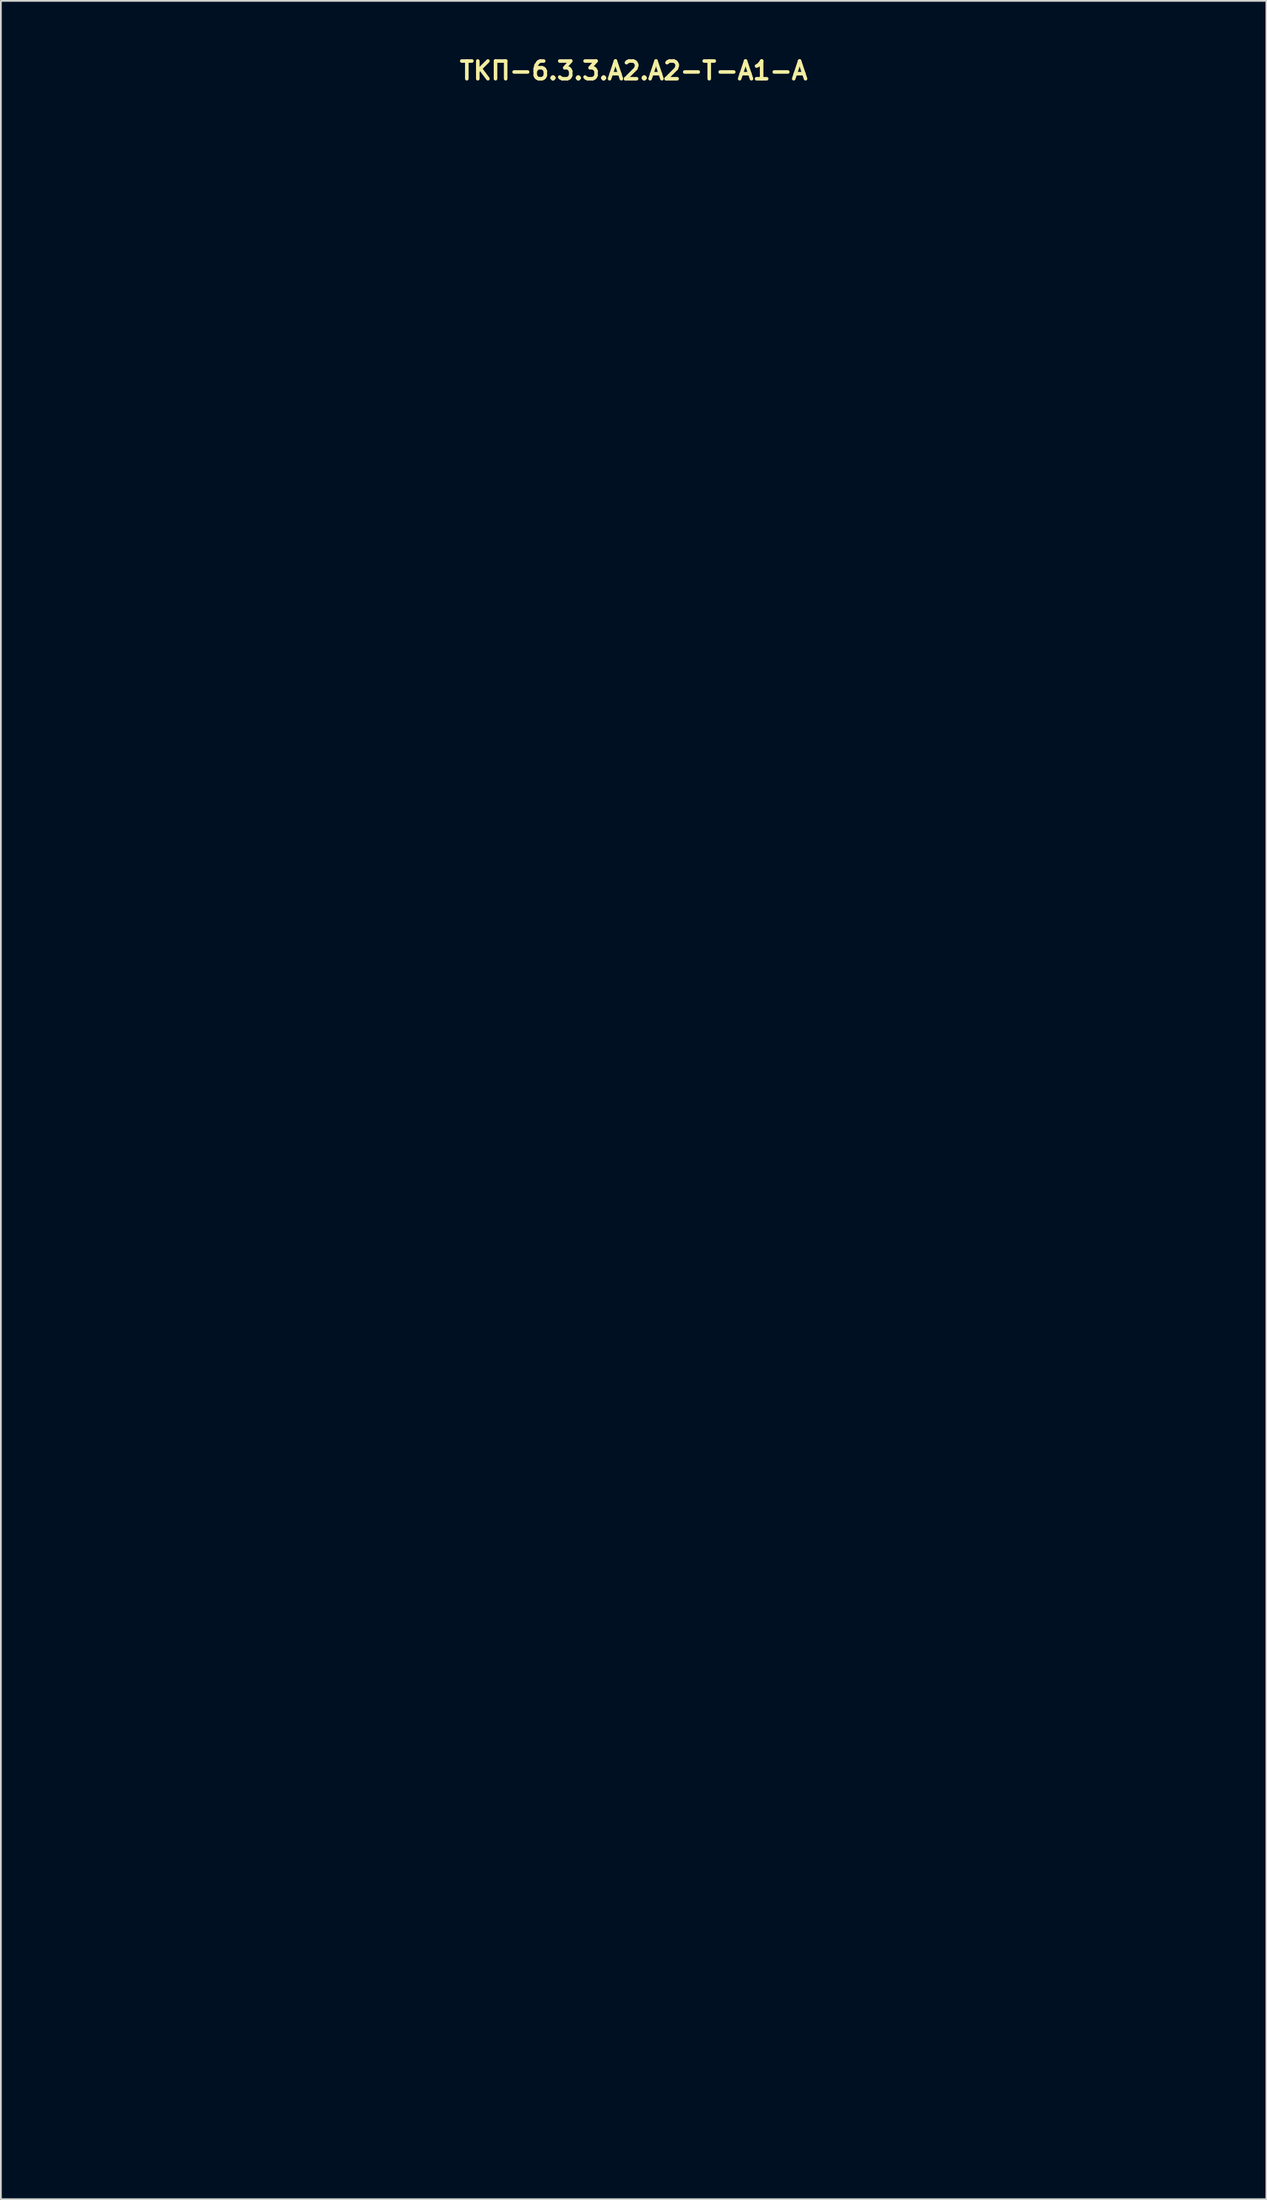
<source format=kicad_pcb>
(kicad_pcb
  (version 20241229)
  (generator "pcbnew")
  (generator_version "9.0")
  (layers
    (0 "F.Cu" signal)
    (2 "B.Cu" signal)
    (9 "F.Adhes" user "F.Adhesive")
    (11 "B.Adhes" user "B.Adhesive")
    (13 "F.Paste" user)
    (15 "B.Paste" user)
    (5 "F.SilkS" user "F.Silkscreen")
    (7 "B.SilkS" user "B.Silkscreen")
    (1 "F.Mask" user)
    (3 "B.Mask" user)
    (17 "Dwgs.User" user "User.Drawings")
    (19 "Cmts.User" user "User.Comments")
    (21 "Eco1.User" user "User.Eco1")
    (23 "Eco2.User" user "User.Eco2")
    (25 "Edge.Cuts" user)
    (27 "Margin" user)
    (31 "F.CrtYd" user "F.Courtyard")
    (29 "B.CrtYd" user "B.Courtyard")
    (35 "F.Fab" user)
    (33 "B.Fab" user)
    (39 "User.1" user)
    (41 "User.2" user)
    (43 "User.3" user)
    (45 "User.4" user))
  (footprint "ТКП-6.3.3.A2.A2-T-A1-A"
    (layer "F.Cu")
    (at 32.67 59.737)
    (property "Reference" "ТКП-6.3.3.A2.A2-T-A1-A" (at 0 -58.801 0) (layer "F.SilkS") (effects (font (size 1 1) (thickness 0.2))))
    (attr through_hole)
    (fp_line (start -32.47 -57.98) (end -32.47 57.98) (stroke (width 0.4) (type solid)) (layer "Eco1.User"))
    (fp_line (start -32.47 -57.98) (end 32.47 -57.98) (stroke (width 0.4) (type solid)) (layer "Eco1.User"))
    (fp_line (start -32.47 -55.98) (end 32.47 -55.98) (stroke (width 0.2) (type solid)) (layer "Eco1.User"))
    (fp_line (start -32.47 55.98) (end 32.47 55.98) (stroke (width 0.2) (type solid)) (layer "Eco1.User"))
    (fp_line (start -32.47 57.98) (end 32.47 57.98) (stroke (width 0.4) (type solid)) (layer "Eco1.User"))
    (fp_line (start 32.47 -57.98) (end 32.47 57.98) (stroke (width 0.4) (type solid)) (layer "Eco1.User"))
    (fp_circle (center -19.05 -40.44) (end -15.45 -40.44) (stroke (width 0.4) (type solid)) (fill no) (layer "Eco1.User"))
    (fp_circle (center -19.05 -40.44) (end -9.55 -40.44) (stroke (width 0.4) (type solid)) (fill no) (layer "Eco1.User"))
    (fp_circle (center -8.89 -50.8) (end -7.39 -50.8) (stroke (width 0.4) (type solid)) (fill no) (layer "Eco1.User"))
    (fp_circle (center -8.89 -50.8) (end -6.04 -50.8) (stroke (width 0.4) (type solid)) (fill no) (layer "Eco1.User"))
    (fp_circle (center 0 -26.47) (end 3.6 -26.47) (stroke (width 0.4) (type solid)) (fill no) (layer "Eco1.User"))
    (fp_circle (center 0 -26.47) (end 9.5 -26.47) (stroke (width 0.4) (type solid)) (fill no) (layer "Eco1.User"))
    (fp_circle (center 0 -7.62) (end 2.8 -7.62) (stroke (width 0.4) (type solid)) (fill no) (layer "Eco1.User"))
    (fp_circle (center 0 19.05) (end 6 19.05) (stroke (width 0.4) (type solid)) (fill no) (layer "Eco1.User"))
    (fp_circle (center 0 19.05) (end 10 19.05) (stroke (width 0.4) (type solid)) (fill no) (layer "Eco1.User"))
    (fp_circle (center 8.89 -50.8) (end 10.39 -50.8) (stroke (width 0.4) (type solid)) (fill no) (layer "Eco1.User"))
    (fp_circle (center 8.89 -50.8) (end 11.74 -50.8) (stroke (width 0.4) (type solid)) (fill no) (layer "Eco1.User"))
    (fp_circle (center 19.05 -40.44) (end 22.65 -40.44) (stroke (width 0.4) (type solid)) (fill no) (layer "Eco1.User"))
    (fp_circle (center 19.05 -40.44) (end 28.55 -40.44) (stroke (width 0.4) (type solid)) (fill no) (layer "Eco1.User"))
    (fp_line (start -32.47 -57.98) (end -32.47 57.98) (stroke (width 0.4) (type solid)) (layer "Eco2.User"))
    (fp_line (start -32.47 -57.98) (end 32.47 -57.98) (stroke (width 0.4) (type solid)) (layer "Eco2.User"))
    (fp_line (start -32.47 57.98) (end 32.47 57.98) (stroke (width 0.4) (type solid)) (layer "Eco2.User"))
    (fp_line (start -29.21 -54.928) (end -29.21 -49.847) (stroke (width 0.5) (type solid)) (layer "Eco2.User"))
    (fp_line (start -29.21 -54.928) (end -22.225 -54.928) (stroke (width 0.5) (type solid)) (layer "Eco2.User"))
    (fp_line (start -29.21 -49.847) (end -26.035 -46.672) (stroke (width 0.5) (type solid)) (layer "Eco2.User"))
    (fp_line (start -29.21 -44.767) (end -29.21 -39.688) (stroke (width 0.5) (type solid)) (layer "Eco2.User"))
    (fp_line (start -29.21 -44.767) (end -22.225 -44.767) (stroke (width 0.5) (type solid)) (layer "Eco2.User"))
    (fp_line (start -29.21 -39.688) (end -26.035 -36.513) (stroke (width 0.5) (type solid)) (layer "Eco2.User"))
    (fp_line (start -29.21 -34.608) (end -29.21 -29.527) (stroke (width 0.5) (type solid)) (layer "Eco2.User"))
    (fp_line (start -29.21 -34.608) (end -22.225 -34.608) (stroke (width 0.5) (type solid)) (layer "Eco2.User"))
    (fp_line (start -29.21 -29.527) (end -28.575 -28.892) (stroke (width 0.5) (type solid)) (layer "Eco2.User"))
    (fp_line (start -29.21 -24.448) (end -29.21 -19.367) (stroke (width 0.5) (type solid)) (layer "Eco2.User"))
    (fp_line (start -29.21 -24.448) (end -22.225 -24.448) (stroke (width 0.5) (type solid)) (layer "Eco2.User"))
    (fp_line (start -29.21 -19.367) (end -26.035 -16.192) (stroke (width 0.5) (type solid)) (layer "Eco2.User"))
    (fp_line (start -29.21 -14.287) (end -29.21 -9.207) (stroke (width 0.5) (type solid)) (layer "Eco2.User"))
    (fp_line (start -29.21 -14.287) (end -22.225 -14.287) (stroke (width 0.5) (type solid)) (layer "Eco2.User"))
    (fp_line (start -29.21 -9.207) (end -26.035 -6.032) (stroke (width 0.5) (type solid)) (layer "Eco2.User"))
    (fp_line (start -29.21 -4.128) (end -29.21 0.953) (stroke (width 0.5) (type solid)) (layer "Eco2.User"))
    (fp_line (start -29.21 -4.128) (end -22.225 -4.128) (stroke (width 0.5) (type solid)) (layer "Eco2.User"))
    (fp_line (start -29.21 0.953) (end -26.035 4.128) (stroke (width 0.5) (type solid)) (layer "Eco2.User"))
    (fp_line (start -29.21 6.032) (end -29.21 11.113) (stroke (width 0.5) (type solid)) (layer "Eco2.User"))
    (fp_line (start -29.21 6.032) (end -22.225 6.032) (stroke (width 0.5) (type solid)) (layer "Eco2.User"))
    (fp_line (start -29.21 11.113) (end -26.035 14.287) (stroke (width 0.5) (type solid)) (layer "Eco2.User"))
    (fp_line (start -29.21 16.192) (end -29.21 21.273) (stroke (width 0.5) (type solid)) (layer "Eco2.User"))
    (fp_line (start -29.21 16.192) (end -22.225 16.192) (stroke (width 0.5) (type solid)) (layer "Eco2.User"))
    (fp_line (start -29.21 21.273) (end -26.035 24.448) (stroke (width 0.5) (type solid)) (layer "Eco2.User"))
    (fp_line (start -29.21 26.352) (end -29.21 31.433) (stroke (width 0.5) (type solid)) (layer "Eco2.User"))
    (fp_line (start -29.21 26.352) (end -22.225 26.352) (stroke (width 0.5) (type solid)) (layer "Eco2.User"))
    (fp_line (start -29.21 31.433) (end -26.035 34.608) (stroke (width 0.5) (type solid)) (layer "Eco2.User"))
    (fp_line (start -29.21 36.513) (end -29.21 41.593) (stroke (width 0.5) (type solid)) (layer "Eco2.User"))
    (fp_line (start -29.21 36.513) (end -22.225 36.513) (stroke (width 0.5) (type solid)) (layer "Eco2.User"))
    (fp_line (start -29.21 41.593) (end -26.035 44.767) (stroke (width 0.5) (type solid)) (layer "Eco2.User"))
    (fp_line (start -29.21 46.672) (end -29.21 51.752) (stroke (width 0.5) (type solid)) (layer "Eco2.User"))
    (fp_line (start -29.21 46.672) (end 1.905 46.672) (stroke (width 0.5) (type solid)) (layer "Eco2.User"))
    (fp_line (start -29.21 51.752) (end -26.035 54.928) (stroke (width 0.5) (type solid)) (layer "Eco2.User"))
    (fp_line (start -26.035 -46.672) (end -19.05 -46.672) (stroke (width 0.5) (type solid)) (layer "Eco2.User"))
    (fp_line (start -26.035 -36.513) (end -19.05 -36.513) (stroke (width 0.5) (type solid)) (layer "Eco2.User"))
    (fp_line (start -26.035 -16.192) (end -19.05 -16.192) (stroke (width 0.5) (type solid)) (layer "Eco2.User"))
    (fp_line (start -26.035 -6.032) (end -19.05 -6.032) (stroke (width 0.5) (type solid)) (layer "Eco2.User"))
    (fp_line (start -26.035 4.128) (end -19.05 4.128) (stroke (width 0.5) (type solid)) (layer "Eco2.User"))
    (fp_line (start -26.035 14.287) (end -19.05 14.287) (stroke (width 0.5) (type solid)) (layer "Eco2.User"))
    (fp_line (start -26.035 24.448) (end -19.05 24.448) (stroke (width 0.5) (type solid)) (layer "Eco2.User"))
    (fp_line (start -26.035 34.608) (end -19.05 34.608) (stroke (width 0.5) (type solid)) (layer "Eco2.User"))
    (fp_line (start -26.035 44.767) (end -19.05 44.767) (stroke (width 0.5) (type solid)) (layer "Eco2.User"))
    (fp_line (start -26.035 54.928) (end 5.08 54.928) (stroke (width 0.5) (type solid)) (layer "Eco2.User"))
    (fp_line (start -22.225 -54.928) (end -19.05 -51.752) (stroke (width 0.5) (type solid)) (layer "Eco2.User"))
    (fp_line (start -22.225 -44.767) (end -19.05 -41.593) (stroke (width 0.5) (type solid)) (layer "Eco2.User"))
    (fp_line (start -22.225 -34.608) (end -19.05 -31.433) (stroke (width 0.5) (type solid)) (layer "Eco2.User"))
    (fp_line (start -22.225 -24.448) (end -19.05 -21.273) (stroke (width 0.5) (type solid)) (layer "Eco2.User"))
    (fp_line (start -22.225 -14.287) (end -19.05 -11.113) (stroke (width 0.5) (type solid)) (layer "Eco2.User"))
    (fp_line (start -22.225 -4.128) (end -19.05 -0.953) (stroke (width 0.5) (type solid)) (layer "Eco2.User"))
    (fp_line (start -22.225 6.032) (end -19.05 9.207) (stroke (width 0.5) (type solid)) (layer "Eco2.User"))
    (fp_line (start -22.225 16.192) (end -19.05 19.367) (stroke (width 0.5) (type solid)) (layer "Eco2.User"))
    (fp_line (start -22.225 26.352) (end -19.05 29.527) (stroke (width 0.5) (type solid)) (layer "Eco2.User"))
    (fp_line (start -22.225 36.513) (end -19.05 39.688) (stroke (width 0.5) (type solid)) (layer "Eco2.User"))
    (fp_line (start -19.05 -51.752) (end -19.05 -46.672) (stroke (width 0.5) (type solid)) (layer "Eco2.User"))
    (fp_line (start -19.05 -41.593) (end -19.05 -36.513) (stroke (width 0.5) (type solid)) (layer "Eco2.User"))
    (fp_line (start -19.05 -31.433) (end -19.05 -29.845) (stroke (width 0.5) (type solid)) (layer "Eco2.User"))
    (fp_line (start -19.05 -21.273) (end -19.05 -16.192) (stroke (width 0.5) (type solid)) (layer "Eco2.User"))
    (fp_line (start -19.05 -11.113) (end -19.05 -6.032) (stroke (width 0.5) (type solid)) (layer "Eco2.User"))
    (fp_line (start -19.05 -0.953) (end -19.05 4.128) (stroke (width 0.5) (type solid)) (layer "Eco2.User"))
    (fp_line (start -19.05 9.207) (end -19.05 14.287) (stroke (width 0.5) (type solid)) (layer "Eco2.User"))
    (fp_line (start -19.05 19.367) (end -19.05 24.448) (stroke (width 0.5) (type solid)) (layer "Eco2.User"))
    (fp_line (start -19.05 29.527) (end -19.05 34.608) (stroke (width 0.5) (type solid)) (layer "Eco2.User"))
    (fp_line (start -19.05 39.688) (end -19.05 44.767) (stroke (width 0.5) (type solid)) (layer "Eco2.User"))
    (fp_line (start -17.145 -54.928) (end -17.145 -49.847) (stroke (width 0.5) (type solid)) (layer "Eco2.User"))
    (fp_line (start -17.145 -54.928) (end -10.16 -54.928) (stroke (width 0.5) (type solid)) (layer "Eco2.User"))
    (fp_line (start -17.145 -49.847) (end -13.97 -46.672) (stroke (width 0.5) (type solid)) (layer "Eco2.User"))
    (fp_line (start -17.145 -44.767) (end -17.145 -39.688) (stroke (width 0.5) (type solid)) (layer "Eco2.User"))
    (fp_line (start -17.145 -44.767) (end 13.97 -44.767) (stroke (width 0.5) (type solid)) (layer "Eco2.User"))
    (fp_line (start -17.145 -39.688) (end -13.97 -36.513) (stroke (width 0.5) (type solid)) (layer "Eco2.User"))
    (fp_line (start -17.145 -34.608) (end -17.145 -29.845) (stroke (width 0.5) (type solid)) (layer "Eco2.User"))
    (fp_line (start -17.145 -34.608) (end -10.16 -34.608) (stroke (width 0.5) (type solid)) (layer "Eco2.User"))
    (fp_line (start -17.145 -24.448) (end -17.145 -19.367) (stroke (width 0.5) (type solid)) (layer "Eco2.User"))
    (fp_line (start -17.145 -24.448) (end -10.16 -24.448) (stroke (width 0.5) (type solid)) (layer "Eco2.User"))
    (fp_line (start -17.145 -19.367) (end -13.97 -16.192) (stroke (width 0.5) (type solid)) (layer "Eco2.User"))
    (fp_line (start -17.145 -14.287) (end -17.145 -9.207) (stroke (width 0.5) (type solid)) (layer "Eco2.User"))
    (fp_line (start -17.145 -14.287) (end -10.16 -14.287) (stroke (width 0.5) (type solid)) (layer "Eco2.User"))
    (fp_line (start -17.145 -9.207) (end -13.97 -6.032) (stroke (width 0.5) (type solid)) (layer "Eco2.User"))
    (fp_line (start -17.145 -4.128) (end -17.145 0.953) (stroke (width 0.5) (type solid)) (layer "Eco2.User"))
    (fp_line (start -17.145 -4.128) (end -10.16 -4.128) (stroke (width 0.5) (type solid)) (layer "Eco2.User"))
    (fp_line (start -17.145 0.953) (end -13.97 4.128) (stroke (width 0.5) (type solid)) (layer "Eco2.User"))
    (fp_line (start -17.145 6.032) (end -17.145 11.113) (stroke (width 0.5) (type solid)) (layer "Eco2.User"))
    (fp_line (start -17.145 6.032) (end -10.16 6.032) (stroke (width 0.5) (type solid)) (layer "Eco2.User"))
    (fp_line (start -17.145 11.113) (end -13.97 14.287) (stroke (width 0.5) (type solid)) (layer "Eco2.User"))
    (fp_line (start -17.145 16.192) (end -17.145 21.273) (stroke (width 0.5) (type solid)) (layer "Eco2.User"))
    (fp_line (start -17.145 16.192) (end -10.16 16.192) (stroke (width 0.5) (type solid)) (layer "Eco2.User"))
    (fp_line (start -17.145 21.273) (end -13.97 24.448) (stroke (width 0.5) (type solid)) (layer "Eco2.User"))
    (fp_line (start -17.145 26.352) (end -17.145 31.433) (stroke (width 0.5) (type solid)) (layer "Eco2.User"))
    (fp_line (start -17.145 26.352) (end -10.16 26.352) (stroke (width 0.5) (type solid)) (layer "Eco2.User"))
    (fp_line (start -17.145 31.433) (end -13.97 34.608) (stroke (width 0.5) (type solid)) (layer "Eco2.User"))
    (fp_line (start -17.145 36.513) (end -17.145 41.593) (stroke (width 0.5) (type solid)) (layer "Eco2.User"))
    (fp_line (start -17.145 36.513) (end 13.97 36.513) (stroke (width 0.5) (type solid)) (layer "Eco2.User"))
    (fp_line (start -17.145 41.593) (end -13.97 44.767) (stroke (width 0.5) (type solid)) (layer "Eco2.User"))
    (fp_line (start -13.97 -46.672) (end -6.985 -46.672) (stroke (width 0.5) (type solid)) (layer "Eco2.User"))
    (fp_line (start -13.97 -36.513) (end 17.145 -36.513) (stroke (width 0.5) (type solid)) (layer "Eco2.User"))
    (fp_line (start -13.97 -16.192) (end -6.985 -16.192) (stroke (width 0.5) (type solid)) (layer "Eco2.User"))
    (fp_line (start -13.97 -6.032) (end -6.985 -6.032) (stroke (width 0.5) (type solid)) (layer "Eco2.User"))
    (fp_line (start -13.97 4.128) (end -6.985 4.128) (stroke (width 0.5) (type solid)) (layer "Eco2.User"))
    (fp_line (start -13.97 14.287) (end -6.985 14.287) (stroke (width 0.5) (type solid)) (layer "Eco2.User"))
    (fp_line (start -13.97 24.448) (end -6.985 24.448) (stroke (width 0.5) (type solid)) (layer "Eco2.User"))
    (fp_line (start -13.97 34.608) (end -6.985 34.608) (stroke (width 0.5) (type solid)) (layer "Eco2.User"))
    (fp_line (start -13.97 44.767) (end 17.145 44.767) (stroke (width 0.5) (type solid)) (layer "Eco2.User"))
    (fp_line (start -10.16 -54.928) (end -6.985 -51.752) (stroke (width 0.5) (type solid)) (layer "Eco2.User"))
    (fp_line (start -10.16 -34.608) (end -6.985 -31.433) (stroke (width 0.5) (type solid)) (layer "Eco2.User"))
    (fp_line (start -10.16 -24.448) (end -6.985 -21.273) (stroke (width 0.5) (type solid)) (layer "Eco2.User"))
    (fp_line (start -10.16 -14.287) (end -6.985 -11.113) (stroke (width 0.5) (type solid)) (layer "Eco2.User"))
    (fp_line (start -10.16 -4.128) (end -6.985 -0.953) (stroke (width 0.5) (type solid)) (layer "Eco2.User"))
    (fp_line (start -10.16 6.032) (end -6.985 9.207) (stroke (width 0.5) (type solid)) (layer "Eco2.User"))
    (fp_line (start -10.16 16.192) (end -6.985 19.367) (stroke (width 0.5) (type solid)) (layer "Eco2.User"))
    (fp_line (start -10.16 26.352) (end -6.985 29.527) (stroke (width 0.5) (type solid)) (layer "Eco2.User"))
    (fp_line (start -9.842 -26.352) (end -6.985 -26.352) (stroke (width 0.5) (type solid)) (layer "Eco2.User"))
    (fp_line (start -6.985 -51.752) (end -6.985 -46.672) (stroke (width 0.5) (type solid)) (layer "Eco2.User"))
    (fp_line (start -6.985 -31.433) (end -6.985 -26.352) (stroke (width 0.5) (type solid)) (layer "Eco2.User"))
    (fp_line (start -6.985 -21.273) (end -6.985 -16.192) (stroke (width 0.5) (type solid)) (layer "Eco2.User"))
    (fp_line (start -6.985 -11.113) (end -6.985 -6.032) (stroke (width 0.5) (type solid)) (layer "Eco2.User"))
    (fp_line (start -6.985 -0.953) (end -6.985 4.128) (stroke (width 0.5) (type solid)) (layer "Eco2.User"))
    (fp_line (start -6.985 9.207) (end -6.985 14.287) (stroke (width 0.5) (type solid)) (layer "Eco2.User"))
    (fp_line (start -6.985 19.367) (end -6.985 24.448) (stroke (width 0.5) (type solid)) (layer "Eco2.User"))
    (fp_line (start -6.985 29.527) (end -6.985 34.608) (stroke (width 0.5) (type solid)) (layer "Eco2.User"))
    (fp_line (start -5.715 -40.64) (end -4.445 -40.64) (stroke (width 0.25) (type solid)) (layer "Eco2.User"))
    (fp_line (start -5.08 -54.928) (end -5.08 -49.847) (stroke (width 0.5) (type solid)) (layer "Eco2.User"))
    (fp_line (start -5.08 -54.928) (end 1.905 -54.928) (stroke (width 0.5) (type solid)) (layer "Eco2.User"))
    (fp_line (start -5.08 -49.847) (end -1.905 -46.672) (stroke (width 0.5) (type solid)) (layer "Eco2.User"))
    (fp_line (start -5.08 -41.275) (end -5.08 -40.005) (stroke (width 0.25) (type solid)) (layer "Eco2.User"))
    (fp_line (start -5.08 -34.608) (end -5.08 -29.527) (stroke (width 0.5) (type solid)) (layer "Eco2.User"))
    (fp_line (start -5.08 -34.608) (end 1.905 -34.608) (stroke (width 0.5) (type solid)) (layer "Eco2.User"))
    (fp_line (start -5.08 -29.527) (end -1.905 -26.352) (stroke (width 0.5) (type solid)) (layer "Eco2.User"))
    (fp_line (start -5.08 -24.448) (end -5.08 -19.367) (stroke (width 0.5) (type solid)) (layer "Eco2.User"))
    (fp_line (start -5.08 -24.448) (end 1.905 -24.448) (stroke (width 0.5) (type solid)) (layer "Eco2.User"))
    (fp_line (start -5.08 -19.367) (end -1.905 -16.192) (stroke (width 0.5) (type solid)) (layer "Eco2.User"))
    (fp_line (start -5.08 -11.113) (end -5.08 -9.207) (stroke (width 0.5) (type solid)) (layer "Eco2.User"))
    (fp_line (start -5.08 -9.207) (end -1.905 -6.032) (stroke (width 0.5) (type solid)) (layer "Eco2.User"))
    (fp_line (start -5.08 -4.128) (end -5.08 0.953) (stroke (width 0.5) (type solid)) (layer "Eco2.User"))
    (fp_line (start -5.08 -4.128) (end 1.905 -4.128) (stroke (width 0.5) (type solid)) (layer "Eco2.User"))
    (fp_line (start -5.08 0.953) (end -1.905 4.128) (stroke (width 0.5) (type solid)) (layer "Eco2.User"))
    (fp_line (start -5.08 6.032) (end -5.08 11.113) (stroke (width 0.5) (type solid)) (layer "Eco2.User"))
    (fp_line (start -5.08 6.032) (end 1.905 6.032) (stroke (width 0.5) (type solid)) (layer "Eco2.User"))
    (fp_line (start -5.08 11.113) (end -1.905 14.287) (stroke (width 0.5) (type solid)) (layer "Eco2.User"))
    (fp_line (start -5.08 26.352) (end -5.08 31.433) (stroke (width 0.5) (type solid)) (layer "Eco2.User"))
    (fp_line (start -5.08 26.352) (end 1.905 26.352) (stroke (width 0.5) (type solid)) (layer "Eco2.User"))
    (fp_line (start -5.08 31.433) (end -1.905 34.608) (stroke (width 0.5) (type solid)) (layer "Eco2.User"))
    (fp_line (start -3.81 -40.64) (end -1.27 -40.64) (stroke (width 0.5) (type solid)) (layer "Eco2.User"))
    (fp_line (start -1.905 -46.672) (end 5.08 -46.672) (stroke (width 0.5) (type solid)) (layer "Eco2.User"))
    (fp_line (start -1.905 -26.352) (end 5.08 -26.352) (stroke (width 0.5) (type solid)) (layer "Eco2.User"))
    (fp_line (start -1.905 -16.192) (end 5.08 -16.192) (stroke (width 0.5) (type solid)) (layer "Eco2.User"))
    (fp_line (start -1.905 -6.032) (end 5.08 -6.032) (stroke (width 0.5) (type solid)) (layer "Eco2.User"))
    (fp_line (start -1.905 4.128) (end 5.08 4.128) (stroke (width 0.5) (type solid)) (layer "Eco2.User"))
    (fp_line (start -1.905 14.287) (end 5.08 14.287) (stroke (width 0.5) (type solid)) (layer "Eco2.User"))
    (fp_line (start -1.905 34.608) (end 5.08 34.608) (stroke (width 0.5) (type solid)) (layer "Eco2.User"))
    (fp_line (start 0 -40.64) (end 3.81 -40.64) (stroke (width 0.5) (type solid)) (layer "Eco2.User"))
    (fp_line (start 1.905 -54.928) (end 5.08 -51.752) (stroke (width 0.5) (type solid)) (layer "Eco2.User"))
    (fp_line (start 1.905 -34.608) (end 5.08 -31.433) (stroke (width 0.5) (type solid)) (layer "Eco2.User"))
    (fp_line (start 1.905 -24.448) (end 5.08 -21.273) (stroke (width 0.5) (type solid)) (layer "Eco2.User"))
    (fp_line (start 1.905 -4.128) (end 5.08 -0.953) (stroke (width 0.5) (type solid)) (layer "Eco2.User"))
    (fp_line (start 1.905 6.032) (end 5.08 9.207) (stroke (width 0.5) (type solid)) (layer "Eco2.User"))
    (fp_line (start 1.905 26.352) (end 5.08 29.527) (stroke (width 0.5) (type solid)) (layer "Eco2.User"))
    (fp_line (start 1.905 46.672) (end 5.08 49.847) (stroke (width 0.5) (type solid)) (layer "Eco2.User"))
    (fp_line (start 4.445 -40.64) (end 5.715 -40.64) (stroke (width 0.25) (type solid)) (layer "Eco2.User"))
    (fp_line (start 5.08 -51.752) (end 5.08 -46.672) (stroke (width 0.5) (type solid)) (layer "Eco2.User"))
    (fp_line (start 5.08 -31.433) (end 5.08 -26.352) (stroke (width 0.5) (type solid)) (layer "Eco2.User"))
    (fp_line (start 5.08 -21.273) (end 5.08 -16.192) (stroke (width 0.5) (type solid)) (layer "Eco2.User"))
    (fp_line (start 5.08 -11.113) (end 5.08 -6.032) (stroke (width 0.5) (type solid)) (layer "Eco2.User"))
    (fp_line (start 5.08 -0.953) (end 5.08 4.128) (stroke (width 0.5) (type solid)) (layer "Eco2.User"))
    (fp_line (start 5.08 9.207) (end 5.08 14.287) (stroke (width 0.5) (type solid)) (layer "Eco2.User"))
    (fp_line (start 5.08 29.527) (end 5.08 34.608) (stroke (width 0.5) (type solid)) (layer "Eco2.User"))
    (fp_line (start 5.08 49.847) (end 5.08 54.928) (stroke (width 0.5) (type solid)) (layer "Eco2.User"))
    (fp_line (start 6.985 -54.928) (end 6.985 -49.847) (stroke (width 0.5) (type solid)) (layer "Eco2.User"))
    (fp_line (start 6.985 -54.928) (end 13.97 -54.928) (stroke (width 0.5) (type solid)) (layer "Eco2.User"))
    (fp_line (start 6.985 -49.847) (end 10.16 -46.672) (stroke (width 0.5) (type solid)) (layer "Eco2.User"))
    (fp_line (start 6.985 -34.608) (end 6.985 -29.527) (stroke (width 0.5) (type solid)) (layer "Eco2.User"))
    (fp_line (start 6.985 -34.608) (end 13.97 -34.608) (stroke (width 0.5) (type solid)) (layer "Eco2.User"))
    (fp_line (start 6.985 -29.527) (end 9.525 -26.988) (stroke (width 0.5) (type solid)) (layer "Eco2.User"))
    (fp_line (start 6.985 -24.448) (end 6.985 -19.367) (stroke (width 0.5) (type solid)) (layer "Eco2.User"))
    (fp_line (start 6.985 -24.448) (end 13.97 -24.448) (stroke (width 0.5) (type solid)) (layer "Eco2.User"))
    (fp_line (start 6.985 -19.367) (end 10.16 -16.192) (stroke (width 0.5) (type solid)) (layer "Eco2.User"))
    (fp_line (start 6.985 -14.287) (end 6.985 -9.207) (stroke (width 0.5) (type solid)) (layer "Eco2.User"))
    (fp_line (start 6.985 -14.287) (end 13.97 -14.287) (stroke (width 0.5) (type solid)) (layer "Eco2.User"))
    (fp_line (start 6.985 -9.207) (end 10.16 -6.032) (stroke (width 0.5) (type solid)) (layer "Eco2.User"))
    (fp_line (start 6.985 -4.128) (end 6.985 0.953) (stroke (width 0.5) (type solid)) (layer "Eco2.User"))
    (fp_line (start 6.985 -4.128) (end 13.97 -4.128) (stroke (width 0.5) (type solid)) (layer "Eco2.User"))
    (fp_line (start 6.985 0.953) (end 10.16 4.128) (stroke (width 0.5) (type solid)) (layer "Eco2.User"))
    (fp_line (start 6.985 6.032) (end 6.985 11.113) (stroke (width 0.5) (type solid)) (layer "Eco2.User"))
    (fp_line (start 6.985 6.032) (end 13.97 6.032) (stroke (width 0.5) (type solid)) (layer "Eco2.User"))
    (fp_line (start 6.985 11.113) (end 10.16 14.287) (stroke (width 0.5) (type solid)) (layer "Eco2.User"))
    (fp_line (start 6.985 16.192) (end 6.985 21.273) (stroke (width 0.5) (type solid)) (layer "Eco2.User"))
    (fp_line (start 6.985 16.192) (end 13.97 16.192) (stroke (width 0.5) (type solid)) (layer "Eco2.User"))
    (fp_line (start 6.985 21.273) (end 10.16 24.448) (stroke (width 0.5) (type solid)) (layer "Eco2.User"))
    (fp_line (start 6.985 26.352) (end 6.985 31.433) (stroke (width 0.5) (type solid)) (layer "Eco2.User"))
    (fp_line (start 6.985 26.352) (end 13.97 26.352) (stroke (width 0.5) (type solid)) (layer "Eco2.User"))
    (fp_line (start 6.985 31.433) (end 10.16 34.608) (stroke (width 0.5) (type solid)) (layer "Eco2.User"))
    (fp_line (start 6.985 46.672) (end 6.985 51.752) (stroke (width 0.5) (type solid)) (layer "Eco2.User"))
    (fp_line (start 6.985 46.672) (end 26.035 46.672) (stroke (width 0.5) (type solid)) (layer "Eco2.User"))
    (fp_line (start 6.985 51.752) (end 10.16 54.928) (stroke (width 0.5) (type solid)) (layer "Eco2.User"))
    (fp_line (start 10.16 -46.672) (end 17.145 -46.672) (stroke (width 0.5) (type solid)) (layer "Eco2.User"))
    (fp_line (start 10.16 -16.192) (end 17.145 -16.192) (stroke (width 0.5) (type solid)) (layer "Eco2.User"))
    (fp_line (start 10.16 -6.032) (end 17.145 -6.032) (stroke (width 0.5) (type solid)) (layer "Eco2.User"))
    (fp_line (start 10.16 4.128) (end 17.145 4.128) (stroke (width 0.5) (type solid)) (layer "Eco2.User"))
    (fp_line (start 10.16 14.287) (end 17.145 14.287) (stroke (width 0.5) (type solid)) (layer "Eco2.User"))
    (fp_line (start 10.16 24.448) (end 17.145 24.448) (stroke (width 0.5) (type solid)) (layer "Eco2.User"))
    (fp_line (start 10.16 34.608) (end 17.145 34.608) (stroke (width 0.5) (type solid)) (layer "Eco2.User"))
    (fp_line (start 10.16 54.928) (end 29.21 54.928) (stroke (width 0.5) (type solid)) (layer "Eco2.User"))
    (fp_line (start 13.97 -54.928) (end 17.145 -51.752) (stroke (width 0.5) (type solid)) (layer "Eco2.User"))
    (fp_line (start 13.97 -44.767) (end 17.145 -41.593) (stroke (width 0.5) (type solid)) (layer "Eco2.User"))
    (fp_line (start 13.97 -34.608) (end 17.145 -31.433) (stroke (width 0.5) (type solid)) (layer "Eco2.User"))
    (fp_line (start 13.97 -24.448) (end 17.145 -21.273) (stroke (width 0.5) (type solid)) (layer "Eco2.User"))
    (fp_line (start 13.97 -14.287) (end 17.145 -11.113) (stroke (width 0.5) (type solid)) (layer "Eco2.User"))
    (fp_line (start 13.97 -4.128) (end 17.145 -0.953) (stroke (width 0.5) (type solid)) (layer "Eco2.User"))
    (fp_line (start 13.97 6.032) (end 17.145 9.207) (stroke (width 0.5) (type solid)) (layer "Eco2.User"))
    (fp_line (start 13.97 16.192) (end 17.145 19.367) (stroke (width 0.5) (type solid)) (layer "Eco2.User"))
    (fp_line (start 13.97 26.352) (end 17.145 29.527) (stroke (width 0.5) (type solid)) (layer "Eco2.User"))
    (fp_line (start 13.97 36.513) (end 17.145 39.688) (stroke (width 0.5) (type solid)) (layer "Eco2.User"))
    (fp_line (start 17.145 -51.752) (end 17.145 -46.672) (stroke (width 0.5) (type solid)) (layer "Eco2.User"))
    (fp_line (start 17.145 -41.593) (end 17.145 -36.513) (stroke (width 0.5) (type solid)) (layer "Eco2.User"))
    (fp_line (start 17.145 -31.433) (end 17.145 -29.845) (stroke (width 0.5) (type solid)) (layer "Eco2.User"))
    (fp_line (start 17.145 -21.273) (end 17.145 -16.192) (stroke (width 0.5) (type solid)) (layer "Eco2.User"))
    (fp_line (start 17.145 -11.113) (end 17.145 -6.032) (stroke (width 0.5) (type solid)) (layer "Eco2.User"))
    (fp_line (start 17.145 -0.953) (end 17.145 4.128) (stroke (width 0.5) (type solid)) (layer "Eco2.User"))
    (fp_line (start 17.145 9.207) (end 17.145 14.287) (stroke (width 0.5) (type solid)) (layer "Eco2.User"))
    (fp_line (start 17.145 19.367) (end 17.145 24.448) (stroke (width 0.5) (type solid)) (layer "Eco2.User"))
    (fp_line (start 17.145 29.527) (end 17.145 34.608) (stroke (width 0.5) (type solid)) (layer "Eco2.User"))
    (fp_line (start 17.145 39.688) (end 17.145 44.767) (stroke (width 0.5) (type solid)) (layer "Eco2.User"))
    (fp_line (start 19.05 -54.928) (end 19.05 -49.847) (stroke (width 0.5) (type solid)) (layer "Eco2.User"))
    (fp_line (start 19.05 -54.928) (end 26.035 -54.928) (stroke (width 0.5) (type solid)) (layer "Eco2.User"))
    (fp_line (start 19.05 -49.847) (end 22.225 -46.672) (stroke (width 0.5) (type solid)) (layer "Eco2.User"))
    (fp_line (start 19.05 -44.767) (end 19.05 -39.688) (stroke (width 0.5) (type solid)) (layer "Eco2.User"))
    (fp_line (start 19.05 -44.767) (end 26.035 -44.767) (stroke (width 0.5) (type solid)) (layer "Eco2.User"))
    (fp_line (start 19.05 -39.688) (end 22.225 -36.513) (stroke (width 0.5) (type solid)) (layer "Eco2.User"))
    (fp_line (start 19.05 -34.608) (end 19.05 -29.845) (stroke (width 0.5) (type solid)) (layer "Eco2.User"))
    (fp_line (start 19.05 -34.608) (end 26.035 -34.608) (stroke (width 0.5) (type solid)) (layer "Eco2.User"))
    (fp_line (start 19.05 -24.448) (end 19.05 -19.367) (stroke (width 0.5) (type solid)) (layer "Eco2.User"))
    (fp_line (start 19.05 -24.448) (end 26.035 -24.448) (stroke (width 0.5) (type solid)) (layer "Eco2.User"))
    (fp_line (start 19.05 -19.367) (end 22.225 -16.192) (stroke (width 0.5) (type solid)) (layer "Eco2.User"))
    (fp_line (start 19.05 -14.287) (end 19.05 -9.207) (stroke (width 0.5) (type solid)) (layer "Eco2.User"))
    (fp_line (start 19.05 -14.287) (end 26.035 -14.287) (stroke (width 0.5) (type solid)) (layer "Eco2.User"))
    (fp_line (start 19.05 -9.207) (end 22.225 -6.032) (stroke (width 0.5) (type solid)) (layer "Eco2.User"))
    (fp_line (start 19.05 -4.128) (end 19.05 0.953) (stroke (width 0.5) (type solid)) (layer "Eco2.User"))
    (fp_line (start 19.05 -4.128) (end 26.035 -4.128) (stroke (width 0.5) (type solid)) (layer "Eco2.User"))
    (fp_line (start 19.05 0.953) (end 22.225 4.128) (stroke (width 0.5) (type solid)) (layer "Eco2.User"))
    (fp_line (start 19.05 6.032) (end 19.05 11.113) (stroke (width 0.5) (type solid)) (layer "Eco2.User"))
    (fp_line (start 19.05 6.032) (end 26.035 6.032) (stroke (width 0.5) (type solid)) (layer "Eco2.User"))
    (fp_line (start 19.05 11.113) (end 22.225 14.287) (stroke (width 0.5) (type solid)) (layer "Eco2.User"))
    (fp_line (start 19.05 16.192) (end 19.05 21.273) (stroke (width 0.5) (type solid)) (layer "Eco2.User"))
    (fp_line (start 19.05 16.192) (end 26.035 16.192) (stroke (width 0.5) (type solid)) (layer "Eco2.User"))
    (fp_line (start 19.05 21.273) (end 22.225 24.448) (stroke (width 0.5) (type solid)) (layer "Eco2.User"))
    (fp_line (start 19.05 26.352) (end 19.05 31.433) (stroke (width 0.5) (type solid)) (layer "Eco2.User"))
    (fp_line (start 19.05 26.352) (end 26.035 26.352) (stroke (width 0.5) (type solid)) (layer "Eco2.User"))
    (fp_line (start 19.05 31.433) (end 22.225 34.608) (stroke (width 0.5) (type solid)) (layer "Eco2.User"))
    (fp_line (start 19.05 36.513) (end 19.05 41.593) (stroke (width 0.5) (type solid)) (layer "Eco2.User"))
    (fp_line (start 19.05 36.513) (end 26.035 36.513) (stroke (width 0.5) (type solid)) (layer "Eco2.User"))
    (fp_line (start 19.05 41.593) (end 22.225 44.767) (stroke (width 0.5) (type solid)) (layer "Eco2.User"))
    (fp_line (start 22.225 -46.672) (end 29.21 -46.672) (stroke (width 0.5) (type solid)) (layer "Eco2.User"))
    (fp_line (start 22.225 -36.513) (end 29.21 -36.513) (stroke (width 0.5) (type solid)) (layer "Eco2.User"))
    (fp_line (start 22.225 -16.192) (end 29.21 -16.192) (stroke (width 0.5) (type solid)) (layer "Eco2.User"))
    (fp_line (start 22.225 -6.032) (end 29.21 -6.032) (stroke (width 0.5) (type solid)) (layer "Eco2.User"))
    (fp_line (start 22.225 4.128) (end 29.21 4.128) (stroke (width 0.5) (type solid)) (layer "Eco2.User"))
    (fp_line (start 22.225 14.287) (end 29.21 14.287) (stroke (width 0.5) (type solid)) (layer "Eco2.User"))
    (fp_line (start 22.225 24.448) (end 29.21 24.448) (stroke (width 0.5) (type solid)) (layer "Eco2.User"))
    (fp_line (start 22.225 34.608) (end 29.21 34.608) (stroke (width 0.5) (type solid)) (layer "Eco2.User"))
    (fp_line (start 22.225 44.767) (end 29.21 44.767) (stroke (width 0.5) (type solid)) (layer "Eco2.User"))
    (fp_line (start 26.035 -54.928) (end 29.21 -51.752) (stroke (width 0.5) (type solid)) (layer "Eco2.User"))
    (fp_line (start 26.035 -44.767) (end 29.21 -41.593) (stroke (width 0.5) (type solid)) (layer "Eco2.User"))
    (fp_line (start 26.035 -34.608) (end 29.21 -31.433) (stroke (width 0.5) (type solid)) (layer "Eco2.User"))
    (fp_line (start 26.035 -24.448) (end 29.21 -21.273) (stroke (width 0.5) (type solid)) (layer "Eco2.User"))
    (fp_line (start 26.035 -14.287) (end 29.21 -11.113) (stroke (width 0.5) (type solid)) (layer "Eco2.User"))
    (fp_line (start 26.035 -4.128) (end 29.21 -0.953) (stroke (width 0.5) (type solid)) (layer "Eco2.User"))
    (fp_line (start 26.035 6.032) (end 29.21 9.207) (stroke (width 0.5) (type solid)) (layer "Eco2.User"))
    (fp_line (start 26.035 16.192) (end 29.21 19.367) (stroke (width 0.5) (type solid)) (layer "Eco2.User"))
    (fp_line (start 26.035 26.352) (end 29.21 29.527) (stroke (width 0.5) (type solid)) (layer "Eco2.User"))
    (fp_line (start 26.035 36.513) (end 29.21 39.688) (stroke (width 0.5) (type solid)) (layer "Eco2.User"))
    (fp_line (start 26.035 46.672) (end 29.21 49.847) (stroke (width 0.5) (type solid)) (layer "Eco2.User"))
    (fp_line (start 28.575 -26.352) (end 29.21 -26.352) (stroke (width 0.5) (type solid)) (layer "Eco2.User"))
    (fp_line (start 29.21 -51.752) (end 29.21 -46.672) (stroke (width 0.5) (type solid)) (layer "Eco2.User"))
    (fp_line (start 29.21 -41.593) (end 29.21 -36.513) (stroke (width 0.5) (type solid)) (layer "Eco2.User"))
    (fp_line (start 29.21 -31.433) (end 29.21 -26.352) (stroke (width 0.5) (type solid)) (layer "Eco2.User"))
    (fp_line (start 29.21 -21.273) (end 29.21 -16.192) (stroke (width 0.5) (type solid)) (layer "Eco2.User"))
    (fp_line (start 29.21 -11.113) (end 29.21 -6.032) (stroke (width 0.5) (type solid)) (layer "Eco2.User"))
    (fp_line (start 29.21 -0.953) (end 29.21 4.128) (stroke (width 0.5) (type solid)) (layer "Eco2.User"))
    (fp_line (start 29.21 9.207) (end 29.21 14.287) (stroke (width 0.5) (type solid)) (layer "Eco2.User"))
    (fp_line (start 29.21 19.367) (end 29.21 24.448) (stroke (width 0.5) (type solid)) (layer "Eco2.User"))
    (fp_line (start 29.21 29.527) (end 29.21 34.608) (stroke (width 0.5) (type solid)) (layer "Eco2.User"))
    (fp_line (start 29.21 39.688) (end 29.21 44.767) (stroke (width 0.5) (type solid)) (layer "Eco2.User"))
    (fp_line (start 29.21 49.847) (end 29.21 54.928) (stroke (width 0.5) (type solid)) (layer "Eco2.User"))
    (fp_line (start 32.47 -57.98) (end 32.47 57.98) (stroke (width 0.4) (type solid)) (layer "Eco2.User"))
    (fp_arc (start 0 -39.37) (mid -1.27 -40.64) (end 0 -41.91) (stroke (width 0.5) (type solid)) (layer "Eco2.User"))
    (fp_circle (center -5.08 -40.64) (end -3.81 -40.64) (stroke (width 0.5) (type solid)) (fill no) (layer "Eco2.User"))
    (fp_circle (center 0 -40.64) (end 0.25 -40.64) (stroke (width 0.5) (type solid)) (fill no) (layer "Eco2.User"))
    (fp_circle (center 5.08 -40.64) (end 6.35 -40.64) (stroke (width 0.5) (type solid)) (fill no) (layer "Eco2.User"))
    (fp_poly (pts (xy -25.4 0) (xy -22.86 -1.27) (xy -22.86 1.27)) (stroke (width 0.5) (type solid)) (fill no) (layer "Eco2.User"))
    (fp_poly (pts (xy 22.86 0) (xy 25.4 -1.27) (xy 25.4 1.27)) (stroke (width 0.5) (type solid)) (fill no) (layer "Eco2.User"))
    (fp_poly (pts (xy -27.94 -51.117) (xy -28.575 -51.117) (xy -28.575 -54.292) (xy -27.94 -54.292)) (stroke (width 0.125) (type solid)) (fill no) (layer "Eco2.User"))
    (fp_poly (pts (xy -27.94 -40.958) (xy -28.575 -40.958) (xy -28.575 -44.133) (xy -27.94 -44.133)) (stroke (width 0.125) (type solid)) (fill no) (layer "Eco2.User"))
    (fp_poly (pts (xy -27.94 -30.797) (xy -28.575 -30.797) (xy -28.575 -33.972) (xy -27.94 -33.972)) (stroke (width 0.125) (type solid)) (fill no) (layer "Eco2.User"))
    (fp_poly (pts (xy -27.94 -20.637) (xy -28.575 -20.637) (xy -28.575 -23.812) (xy -27.94 -23.812)) (stroke (width 0.125) (type solid)) (fill no) (layer "Eco2.User"))
    (fp_poly (pts (xy -27.94 -10.477) (xy -28.575 -10.477) (xy -28.575 -13.652) (xy -27.94 -13.652)) (stroke (width 0.125) (type solid)) (fill no) (layer "Eco2.User"))
    (fp_poly (pts (xy -27.94 9.842) (xy -28.575 9.842) (xy -28.575 6.668) (xy -27.94 6.668)) (stroke (width 0.125) (type solid)) (fill no) (layer "Eco2.User"))
    (fp_poly (pts (xy -27.94 20.003) (xy -28.575 20.003) (xy -28.575 16.828) (xy -27.94 16.828)) (stroke (width 0.125) (type solid)) (fill no) (layer "Eco2.User"))
    (fp_poly (pts (xy -27.94 30.163) (xy -28.575 30.163) (xy -28.575 26.988) (xy -27.94 26.988)) (stroke (width 0.125) (type solid)) (fill no) (layer "Eco2.User"))
    (fp_poly (pts (xy -27.94 40.322) (xy -28.575 40.322) (xy -28.575 37.148) (xy -27.94 37.148)) (stroke (width 0.125) (type solid)) (fill no) (layer "Eco2.User"))
    (fp_poly (pts (xy -27.94 50.483) (xy -28.575 50.483) (xy -28.575 47.307) (xy -27.94 47.307)) (stroke (width 0.125) (type solid)) (fill no) (layer "Eco2.User"))
    (fp_poly (pts (xy -26.67 -51.117) (xy -27.305 -51.117) (xy -27.305 -54.292) (xy -26.67 -54.292)) (stroke (width 0.125) (type solid)) (fill no) (layer "Eco2.User"))
    (fp_poly (pts (xy -26.67 -40.958) (xy -27.305 -40.958) (xy -27.305 -44.133) (xy -26.67 -44.133)) (stroke (width 0.125) (type solid)) (fill no) (layer "Eco2.User"))
    (fp_poly (pts (xy -26.67 -30.797) (xy -27.305 -30.797) (xy -27.305 -33.972) (xy -26.67 -33.972)) (stroke (width 0.125) (type solid)) (fill no) (layer "Eco2.User"))
    (fp_poly (pts (xy -26.67 -20.637) (xy -27.305 -20.637) (xy -27.305 -23.812) (xy -26.67 -23.812)) (stroke (width 0.125) (type solid)) (fill no) (layer "Eco2.User"))
    (fp_poly (pts (xy -26.67 -10.477) (xy -27.305 -10.477) (xy -27.305 -13.652) (xy -26.67 -13.652)) (stroke (width 0.125) (type solid)) (fill no) (layer "Eco2.User"))
    (fp_poly (pts (xy -26.67 20.003) (xy -27.305 20.003) (xy -27.305 16.828) (xy -26.67 16.828)) (stroke (width 0.125) (type solid)) (fill no) (layer "Eco2.User"))
    (fp_poly (pts (xy -26.67 40.322) (xy -27.305 40.322) (xy -27.305 37.148) (xy -26.67 37.148)) (stroke (width 0.125) (type solid)) (fill no) (layer "Eco2.User"))
    (fp_poly (pts (xy -26.67 50.483) (xy -27.305 50.483) (xy -27.305 47.307) (xy -26.67 47.307)) (stroke (width 0.125) (type solid)) (fill no) (layer "Eco2.User"))
    (fp_poly (pts (xy -25.4 -51.117) (xy -26.035 -51.117) (xy -26.035 -54.292) (xy -25.4 -54.292)) (stroke (width 0.125) (type solid)) (fill no) (layer "Eco2.User"))
    (fp_poly (pts (xy -25.4 -30.797) (xy -26.035 -30.797) (xy -26.035 -33.972) (xy -25.4 -33.972)) (stroke (width 0.125) (type solid)) (fill no) (layer "Eco2.User"))
    (fp_poly (pts (xy -25.4 -20.637) (xy -26.035 -20.637) (xy -26.035 -23.812) (xy -25.4 -23.812)) (stroke (width 0.125) (type solid)) (fill no) (layer "Eco2.User"))
    (fp_poly (pts (xy -25.4 -10.477) (xy -26.035 -10.477) (xy -26.035 -13.652) (xy -25.4 -13.652)) (stroke (width 0.125) (type solid)) (fill no) (layer "Eco2.User"))
    (fp_poly (pts (xy -25.4 50.483) (xy -26.035 50.483) (xy -26.035 47.307) (xy -25.4 47.307)) (stroke (width 0.125) (type solid)) (fill no) (layer "Eco2.User"))
    (fp_poly (pts (xy -24.13 -30.797) (xy -24.765 -30.797) (xy -24.765 -33.972) (xy -24.13 -33.972)) (stroke (width 0.125) (type solid)) (fill no) (layer "Eco2.User"))
    (fp_poly (pts (xy -24.13 -20.637) (xy -24.765 -20.637) (xy -24.765 -23.812) (xy -24.13 -23.812)) (stroke (width 0.125) (type solid)) (fill no) (layer "Eco2.User"))
    (fp_poly (pts (xy -24.13 50.483) (xy -24.765 50.483) (xy -24.765 47.307) (xy -24.13 47.307)) (stroke (width 0.125) (type solid)) (fill no) (layer "Eco2.User"))
    (fp_poly (pts (xy -15.875 -51.117) (xy -16.51 -51.117) (xy -16.51 -54.292) (xy -15.875 -54.292)) (stroke (width 0.125) (type solid)) (fill no) (layer "Eco2.User"))
    (fp_poly (pts (xy -15.875 -40.958) (xy -16.51 -40.958) (xy -16.51 -44.133) (xy -15.875 -44.133)) (stroke (width 0.125) (type solid)) (fill no) (layer "Eco2.User"))
    (fp_poly (pts (xy -15.875 -30.797) (xy -16.51 -30.797) (xy -16.51 -33.972) (xy -15.875 -33.972)) (stroke (width 0.125) (type solid)) (fill no) (layer "Eco2.User"))
    (fp_poly (pts (xy -15.875 -20.637) (xy -16.51 -20.637) (xy -16.51 -23.812) (xy -15.875 -23.812)) (stroke (width 0.125) (type solid)) (fill no) (layer "Eco2.User"))
    (fp_poly (pts (xy -15.875 -10.477) (xy -16.51 -10.477) (xy -16.51 -13.652) (xy -15.875 -13.652)) (stroke (width 0.125) (type solid)) (fill no) (layer "Eco2.User"))
    (fp_poly (pts (xy -15.875 -0.318) (xy -16.51 -0.318) (xy -16.51 -3.493) (xy -15.875 -3.493)) (stroke (width 0.125) (type solid)) (fill no) (layer "Eco2.User"))
    (fp_poly (pts (xy -15.875 9.842) (xy -16.51 9.842) (xy -16.51 6.668) (xy -15.875 6.668)) (stroke (width 0.125) (type solid)) (fill no) (layer "Eco2.User"))
    (fp_poly (pts (xy -15.875 20.003) (xy -16.51 20.003) (xy -16.51 16.828) (xy -15.875 16.828)) (stroke (width 0.125) (type solid)) (fill no) (layer "Eco2.User"))
    (fp_poly (pts (xy -15.875 30.163) (xy -16.51 30.163) (xy -16.51 26.988) (xy -15.875 26.988)) (stroke (width 0.125) (type solid)) (fill no) (layer "Eco2.User"))
    (fp_poly (pts (xy -14.605 -51.117) (xy -15.24 -51.117) (xy -15.24 -54.292) (xy -14.605 -54.292)) (stroke (width 0.125) (type solid)) (fill no) (layer "Eco2.User"))
    (fp_poly (pts (xy -14.605 -40.958) (xy -15.24 -40.958) (xy -15.24 -44.133) (xy -14.605 -44.133)) (stroke (width 0.125) (type solid)) (fill no) (layer "Eco2.User"))
    (fp_poly (pts (xy -14.605 -20.637) (xy -15.24 -20.637) (xy -15.24 -23.812) (xy -14.605 -23.812)) (stroke (width 0.125) (type solid)) (fill no) (layer "Eco2.User"))
    (fp_poly (pts (xy -14.605 9.842) (xy -15.24 9.842) (xy -15.24 6.668) (xy -14.605 6.668)) (stroke (width 0.125) (type solid)) (fill no) (layer "Eco2.User"))
    (fp_poly (pts (xy -14.605 20.003) (xy -15.24 20.003) (xy -15.24 16.828) (xy -14.605 16.828)) (stroke (width 0.125) (type solid)) (fill no) (layer "Eco2.User"))
    (fp_poly (pts (xy -14.605 30.163) (xy -15.24 30.163) (xy -15.24 26.988) (xy -14.605 26.988)) (stroke (width 0.125) (type solid)) (fill no) (layer "Eco2.User"))
    (fp_poly (pts (xy -13.335 -51.117) (xy -13.97 -51.117) (xy -13.97 -54.292) (xy -13.335 -54.292)) (stroke (width 0.125) (type solid)) (fill no) (layer "Eco2.User"))
    (fp_poly (pts (xy -13.335 -40.958) (xy -13.97 -40.958) (xy -13.97 -44.133) (xy -13.335 -44.133)) (stroke (width 0.125) (type solid)) (fill no) (layer "Eco2.User"))
    (fp_poly (pts (xy -13.335 -20.637) (xy -13.97 -20.637) (xy -13.97 -23.812) (xy -13.335 -23.812)) (stroke (width 0.125) (type solid)) (fill no) (layer "Eco2.User"))
    (fp_poly (pts (xy -13.335 20.003) (xy -13.97 20.003) (xy -13.97 16.828) (xy -13.335 16.828)) (stroke (width 0.125) (type solid)) (fill no) (layer "Eco2.User"))
    (fp_poly (pts (xy -13.335 30.163) (xy -13.97 30.163) (xy -13.97 26.988) (xy -13.335 26.988)) (stroke (width 0.125) (type solid)) (fill no) (layer "Eco2.User"))
    (fp_poly (pts (xy -12.065 -51.117) (xy -12.7 -51.117) (xy -12.7 -54.292) (xy -12.065 -54.292)) (stroke (width 0.125) (type solid)) (fill no) (layer "Eco2.User"))
    (fp_poly (pts (xy -12.065 -40.958) (xy -12.7 -40.958) (xy -12.7 -44.133) (xy -12.065 -44.133)) (stroke (width 0.125) (type solid)) (fill no) (layer "Eco2.User"))
    (fp_poly (pts (xy -12.065 -20.637) (xy -12.7 -20.637) (xy -12.7 -23.812) (xy -12.065 -23.812)) (stroke (width 0.125) (type solid)) (fill no) (layer "Eco2.User"))
    (fp_poly (pts (xy -12.065 30.163) (xy -12.7 30.163) (xy -12.7 26.988) (xy -12.065 26.988)) (stroke (width 0.125) (type solid)) (fill no) (layer "Eco2.User"))
    (fp_poly (pts (xy -3.81 -51.117) (xy -4.445 -51.117) (xy -4.445 -54.292) (xy -3.81 -54.292)) (stroke (width 0.125) (type solid)) (fill no) (layer "Eco2.User"))
    (fp_poly (pts (xy -3.81 -30.797) (xy -4.445 -30.797) (xy -4.445 -33.972) (xy -3.81 -33.972)) (stroke (width 0.125) (type solid)) (fill no) (layer "Eco2.User"))
    (fp_poly (pts (xy -3.81 -20.637) (xy -4.445 -20.637) (xy -4.445 -23.812) (xy -3.81 -23.812)) (stroke (width 0.125) (type solid)) (fill no) (layer "Eco2.User"))
    (fp_poly (pts (xy -3.81 -0.318) (xy -4.445 -0.318) (xy -4.445 -3.493) (xy -3.81 -3.493)) (stroke (width 0.125) (type solid)) (fill no) (layer "Eco2.User"))
    (fp_poly (pts (xy -3.81 9.842) (xy -4.445 9.842) (xy -4.445 6.668) (xy -3.81 6.668)) (stroke (width 0.125) (type solid)) (fill no) (layer "Eco2.User"))
    (fp_poly (pts (xy -3.81 30.163) (xy -4.445 30.163) (xy -4.445 26.988) (xy -3.81 26.988)) (stroke (width 0.125) (type solid)) (fill no) (layer "Eco2.User"))
    (fp_poly (pts (xy -2.54 -30.797) (xy -3.175 -30.797) (xy -3.175 -33.972) (xy -2.54 -33.972)) (stroke (width 0.125) (type solid)) (fill no) (layer "Eco2.User"))
    (fp_poly (pts (xy -2.54 -20.637) (xy -3.175 -20.637) (xy -3.175 -23.812) (xy -2.54 -23.812)) (stroke (width 0.125) (type solid)) (fill no) (layer "Eco2.User"))
    (fp_poly (pts (xy -2.54 -0.318) (xy -3.175 -0.318) (xy -3.175 -3.493) (xy -2.54 -3.493)) (stroke (width 0.125) (type solid)) (fill no) (layer "Eco2.User"))
    (fp_poly (pts (xy -2.54 9.842) (xy -3.175 9.842) (xy -3.175 6.668) (xy -2.54 6.668)) (stroke (width 0.125) (type solid)) (fill no) (layer "Eco2.User"))
    (fp_poly (pts (xy -2.54 30.163) (xy -3.175 30.163) (xy -3.175 26.988) (xy -2.54 26.988)) (stroke (width 0.125) (type solid)) (fill no) (layer "Eco2.User"))
    (fp_poly (pts (xy -1.27 -20.637) (xy -1.905 -20.637) (xy -1.905 -23.812) (xy -1.27 -23.812)) (stroke (width 0.125) (type solid)) (fill no) (layer "Eco2.User"))
    (fp_poly (pts (xy 8.255 -51.117) (xy 7.62 -51.117) (xy 7.62 -54.292) (xy 8.255 -54.292)) (stroke (width 0.125) (type solid)) (fill no) (layer "Eco2.User"))
    (fp_poly (pts (xy 8.255 -30.797) (xy 7.62 -30.797) (xy 7.62 -33.972) (xy 8.255 -33.972)) (stroke (width 0.125) (type solid)) (fill no) (layer "Eco2.User"))
    (fp_poly (pts (xy 8.255 -20.637) (xy 7.62 -20.637) (xy 7.62 -23.812) (xy 8.255 -23.812)) (stroke (width 0.125) (type solid)) (fill no) (layer "Eco2.User"))
    (fp_poly (pts (xy 8.255 -10.477) (xy 7.62 -10.477) (xy 7.62 -13.652) (xy 8.255 -13.652)) (stroke (width 0.125) (type solid)) (fill no) (layer "Eco2.User"))
    (fp_poly (pts (xy 8.255 -0.318) (xy 7.62 -0.318) (xy 7.62 -3.493) (xy 8.255 -3.493)) (stroke (width 0.125) (type solid)) (fill no) (layer "Eco2.User"))
    (fp_poly (pts (xy 8.255 9.842) (xy 7.62 9.842) (xy 7.62 6.668) (xy 8.255 6.668)) (stroke (width 0.125) (type solid)) (fill no) (layer "Eco2.User"))
    (fp_poly (pts (xy 8.255 20.003) (xy 7.62 20.003) (xy 7.62 16.828) (xy 8.255 16.828)) (stroke (width 0.125) (type solid)) (fill no) (layer "Eco2.User"))
    (fp_poly (pts (xy 8.255 30.163) (xy 7.62 30.163) (xy 7.62 26.988) (xy 8.255 26.988)) (stroke (width 0.125) (type solid)) (fill no) (layer "Eco2.User"))
    (fp_poly (pts (xy 8.255 50.483) (xy 7.62 50.483) (xy 7.62 47.307) (xy 8.255 47.307)) (stroke (width 0.125) (type solid)) (fill no) (layer "Eco2.User"))
    (fp_poly (pts (xy 9.525 -30.797) (xy 8.89 -30.797) (xy 8.89 -33.972) (xy 9.525 -33.972)) (stroke (width 0.125) (type solid)) (fill no) (layer "Eco2.User"))
    (fp_poly (pts (xy 9.525 -10.477) (xy 8.89 -10.477) (xy 8.89 -13.652) (xy 9.525 -13.652)) (stroke (width 0.125) (type solid)) (fill no) (layer "Eco2.User"))
    (fp_poly (pts (xy 9.525 -0.318) (xy 8.89 -0.318) (xy 8.89 -3.493) (xy 9.525 -3.493)) (stroke (width 0.125) (type solid)) (fill no) (layer "Eco2.User"))
    (fp_poly (pts (xy 9.525 9.842) (xy 8.89 9.842) (xy 8.89 6.668) (xy 9.525 6.668)) (stroke (width 0.125) (type solid)) (fill no) (layer "Eco2.User"))
    (fp_poly (pts (xy 9.525 30.163) (xy 8.89 30.163) (xy 8.89 26.988) (xy 9.525 26.988)) (stroke (width 0.125) (type solid)) (fill no) (layer "Eco2.User"))
    (fp_poly (pts (xy 9.525 50.483) (xy 8.89 50.483) (xy 8.89 47.307) (xy 9.525 47.307)) (stroke (width 0.125) (type solid)) (fill no) (layer "Eco2.User"))
    (fp_poly (pts (xy 10.795 -10.477) (xy 10.16 -10.477) (xy 10.16 -13.652) (xy 10.795 -13.652)) (stroke (width 0.125) (type solid)) (fill no) (layer "Eco2.User"))
    (fp_poly (pts (xy 10.795 -0.318) (xy 10.16 -0.318) (xy 10.16 -3.493) (xy 10.795 -3.493)) (stroke (width 0.125) (type solid)) (fill no) (layer "Eco2.User"))
    (fp_poly (pts (xy 10.795 30.163) (xy 10.16 30.163) (xy 10.16 26.988) (xy 10.795 26.988)) (stroke (width 0.125) (type solid)) (fill no) (layer "Eco2.User"))
    (fp_poly (pts (xy 12.065 -10.477) (xy 11.43 -10.477) (xy 11.43 -13.652) (xy 12.065 -13.652)) (stroke (width 0.125) (type solid)) (fill no) (layer "Eco2.User"))
    (fp_poly (pts (xy 12.065 -0.318) (xy 11.43 -0.318) (xy 11.43 -3.493) (xy 12.065 -3.493)) (stroke (width 0.125) (type solid)) (fill no) (layer "Eco2.User"))
    (fp_poly (pts (xy 20.32 -51.117) (xy 19.685 -51.117) (xy 19.685 -54.292) (xy 20.32 -54.292)) (stroke (width 0.125) (type solid)) (fill no) (layer "Eco2.User"))
    (fp_poly (pts (xy 20.32 -40.958) (xy 19.685 -40.958) (xy 19.685 -44.133) (xy 20.32 -44.133)) (stroke (width 0.125) (type solid)) (fill no) (layer "Eco2.User"))
    (fp_poly (pts (xy 20.32 -30.797) (xy 19.685 -30.797) (xy 19.685 -33.972) (xy 20.32 -33.972)) (stroke (width 0.125) (type solid)) (fill no) (layer "Eco2.User"))
    (fp_poly (pts (xy 20.32 -20.637) (xy 19.685 -20.637) (xy 19.685 -23.812) (xy 20.32 -23.812)) (stroke (width 0.125) (type solid)) (fill no) (layer "Eco2.User"))
    (fp_poly (pts (xy 20.32 -10.477) (xy 19.685 -10.477) (xy 19.685 -13.652) (xy 20.32 -13.652)) (stroke (width 0.125) (type solid)) (fill no) (layer "Eco2.User"))
    (fp_poly (pts (xy 20.32 9.842) (xy 19.685 9.842) (xy 19.685 6.668) (xy 20.32 6.668)) (stroke (width 0.125) (type solid)) (fill no) (layer "Eco2.User"))
    (fp_poly (pts (xy 20.32 20.003) (xy 19.685 20.003) (xy 19.685 16.828) (xy 20.32 16.828)) (stroke (width 0.125) (type solid)) (fill no) (layer "Eco2.User"))
    (fp_poly (pts (xy 20.32 30.163) (xy 19.685 30.163) (xy 19.685 26.988) (xy 20.32 26.988)) (stroke (width 0.125) (type solid)) (fill no) (layer "Eco2.User"))
    (fp_poly (pts (xy 20.32 40.322) (xy 19.685 40.322) (xy 19.685 37.148) (xy 20.32 37.148)) (stroke (width 0.125) (type solid)) (fill no) (layer "Eco2.User"))
    (fp_poly (pts (xy 21.59 -51.117) (xy 20.955 -51.117) (xy 20.955 -54.292) (xy 21.59 -54.292)) (stroke (width 0.125) (type solid)) (fill no) (layer "Eco2.User"))
    (fp_poly (pts (xy 21.59 -40.958) (xy 20.955 -40.958) (xy 20.955 -44.133) (xy 21.59 -44.133)) (stroke (width 0.125) (type solid)) (fill no) (layer "Eco2.User"))
    (fp_poly (pts (xy 21.59 -30.797) (xy 20.955 -30.797) (xy 20.955 -33.972) (xy 21.59 -33.972)) (stroke (width 0.125) (type solid)) (fill no) (layer "Eco2.User"))
    (fp_poly (pts (xy 21.59 -20.637) (xy 20.955 -20.637) (xy 20.955 -23.812) (xy 21.59 -23.812)) (stroke (width 0.125) (type solid)) (fill no) (layer "Eco2.User"))
    (fp_poly (pts (xy 21.59 9.842) (xy 20.955 9.842) (xy 20.955 6.668) (xy 21.59 6.668)) (stroke (width 0.125) (type solid)) (fill no) (layer "Eco2.User"))
    (fp_poly (pts (xy 21.59 20.003) (xy 20.955 20.003) (xy 20.955 16.828) (xy 21.59 16.828)) (stroke (width 0.125) (type solid)) (fill no) (layer "Eco2.User"))
    (fp_poly (pts (xy 21.59 30.163) (xy 20.955 30.163) (xy 20.955 26.988) (xy 21.59 26.988)) (stroke (width 0.125) (type solid)) (fill no) (layer "Eco2.User"))
    (fp_poly (pts (xy 22.86 -51.117) (xy 22.225 -51.117) (xy 22.225 -54.292) (xy 22.86 -54.292)) (stroke (width 0.125) (type solid)) (fill no) (layer "Eco2.User"))
    (fp_poly (pts (xy 22.86 -40.958) (xy 22.225 -40.958) (xy 22.225 -44.133) (xy 22.86 -44.133)) (stroke (width 0.125) (type solid)) (fill no) (layer "Eco2.User"))
    (fp_poly (pts (xy 22.86 -30.797) (xy 22.225 -30.797) (xy 22.225 -33.972) (xy 22.86 -33.972)) (stroke (width 0.125) (type solid)) (fill no) (layer "Eco2.User"))
    (fp_poly (pts (xy 22.86 -20.637) (xy 22.225 -20.637) (xy 22.225 -23.812) (xy 22.86 -23.812)) (stroke (width 0.125) (type solid)) (fill no) (layer "Eco2.User"))
    (fp_poly (pts (xy 22.86 9.842) (xy 22.225 9.842) (xy 22.225 6.668) (xy 22.86 6.668)) (stroke (width 0.125) (type solid)) (fill no) (layer "Eco2.User"))
    (fp_poly (pts (xy 22.86 20.003) (xy 22.225 20.003) (xy 22.225 16.828) (xy 22.86 16.828)) (stroke (width 0.125) (type solid)) (fill no) (layer "Eco2.User"))
    (fp_poly (pts (xy 22.86 30.163) (xy 22.225 30.163) (xy 22.225 26.988) (xy 22.86 26.988)) (stroke (width 0.125) (type solid)) (fill no) (layer "Eco2.User"))
    (fp_poly (pts (xy 24.13 -51.117) (xy 23.495 -51.117) (xy 23.495 -54.292) (xy 24.13 -54.292)) (stroke (width 0.125) (type solid)) (fill no) (layer "Eco2.User"))
    (fp_poly (pts (xy 24.13 -40.958) (xy 23.495 -40.958) (xy 23.495 -44.133) (xy 24.13 -44.133)) (stroke (width 0.125) (type solid)) (fill no) (layer "Eco2.User"))
    (fp_poly (pts (xy 24.13 -20.637) (xy 23.495 -20.637) (xy 23.495 -23.812) (xy 24.13 -23.812)) (stroke (width 0.125) (type solid)) (fill no) (layer "Eco2.User"))
    (fp_poly (pts (xy 24.13 9.842) (xy 23.495 9.842) (xy 23.495 6.668) (xy 24.13 6.668)) (stroke (width 0.125) (type solid)) (fill no) (layer "Eco2.User"))
    (fp_poly (pts (xy 24.13 20.003) (xy 23.495 20.003) (xy 23.495 16.828) (xy 24.13 16.828)) (stroke (width 0.125) (type solid)) (fill no) (layer "Eco2.User"))
    (fp_text user "NYC" (at 18.098 50.8 0) (unlocked yes) (layer "Eco2.User") (effects (font (size 3 3) (thickness 0.5))))
    (fp_text user "TONE" (at 0 -13.335 0) (unlocked yes) (layer "Eco2.User") (effects (font (size 3 3) (thickness 0.5))))
    (fp_text user "VOLUME" (at -19.05 -27.305 0) (unlocked yes) (layer "Eco2.User") (effects (font (size 3 3) (thickness 0.5))))
    (fp_text user "-ТТКРЧПДЛ-" (at 0 40.64 0) (unlocked yes) (layer "Eco2.User") (effects (font (size 3 3) (thickness 0.5))))
    (fp_text user "9V" (at 0 -50.8 0) (unlocked yes) (layer "Eco2.User") (effects (font (size 3 3) (thickness 0.5))))
    (fp_text user "R3" (at 24.13 40.64 0) (unlocked yes) (layer "Eco2.User") (effects (font (size 3 3) (thickness 0.5))))
    (fp_text user "BIG MUFF" (at -12.065 50.8 0) (unlocked yes) (layer "Eco2.User") (effects (font (size 3 3) (thickness 0.5))))
    (fp_text user "SUSTAIN" (at 19.05 -27.305 0) (unlocked yes) (layer "Eco2.User") (effects (font (size 3 3) (thickness 0.5)))))
  (gr_rect
    (start -3 -3)
    (end 68.34 120.917)
    (stroke (width 0.1) (type default))
    (fill no)
    (layer "Edge.Cuts")))
</source>
